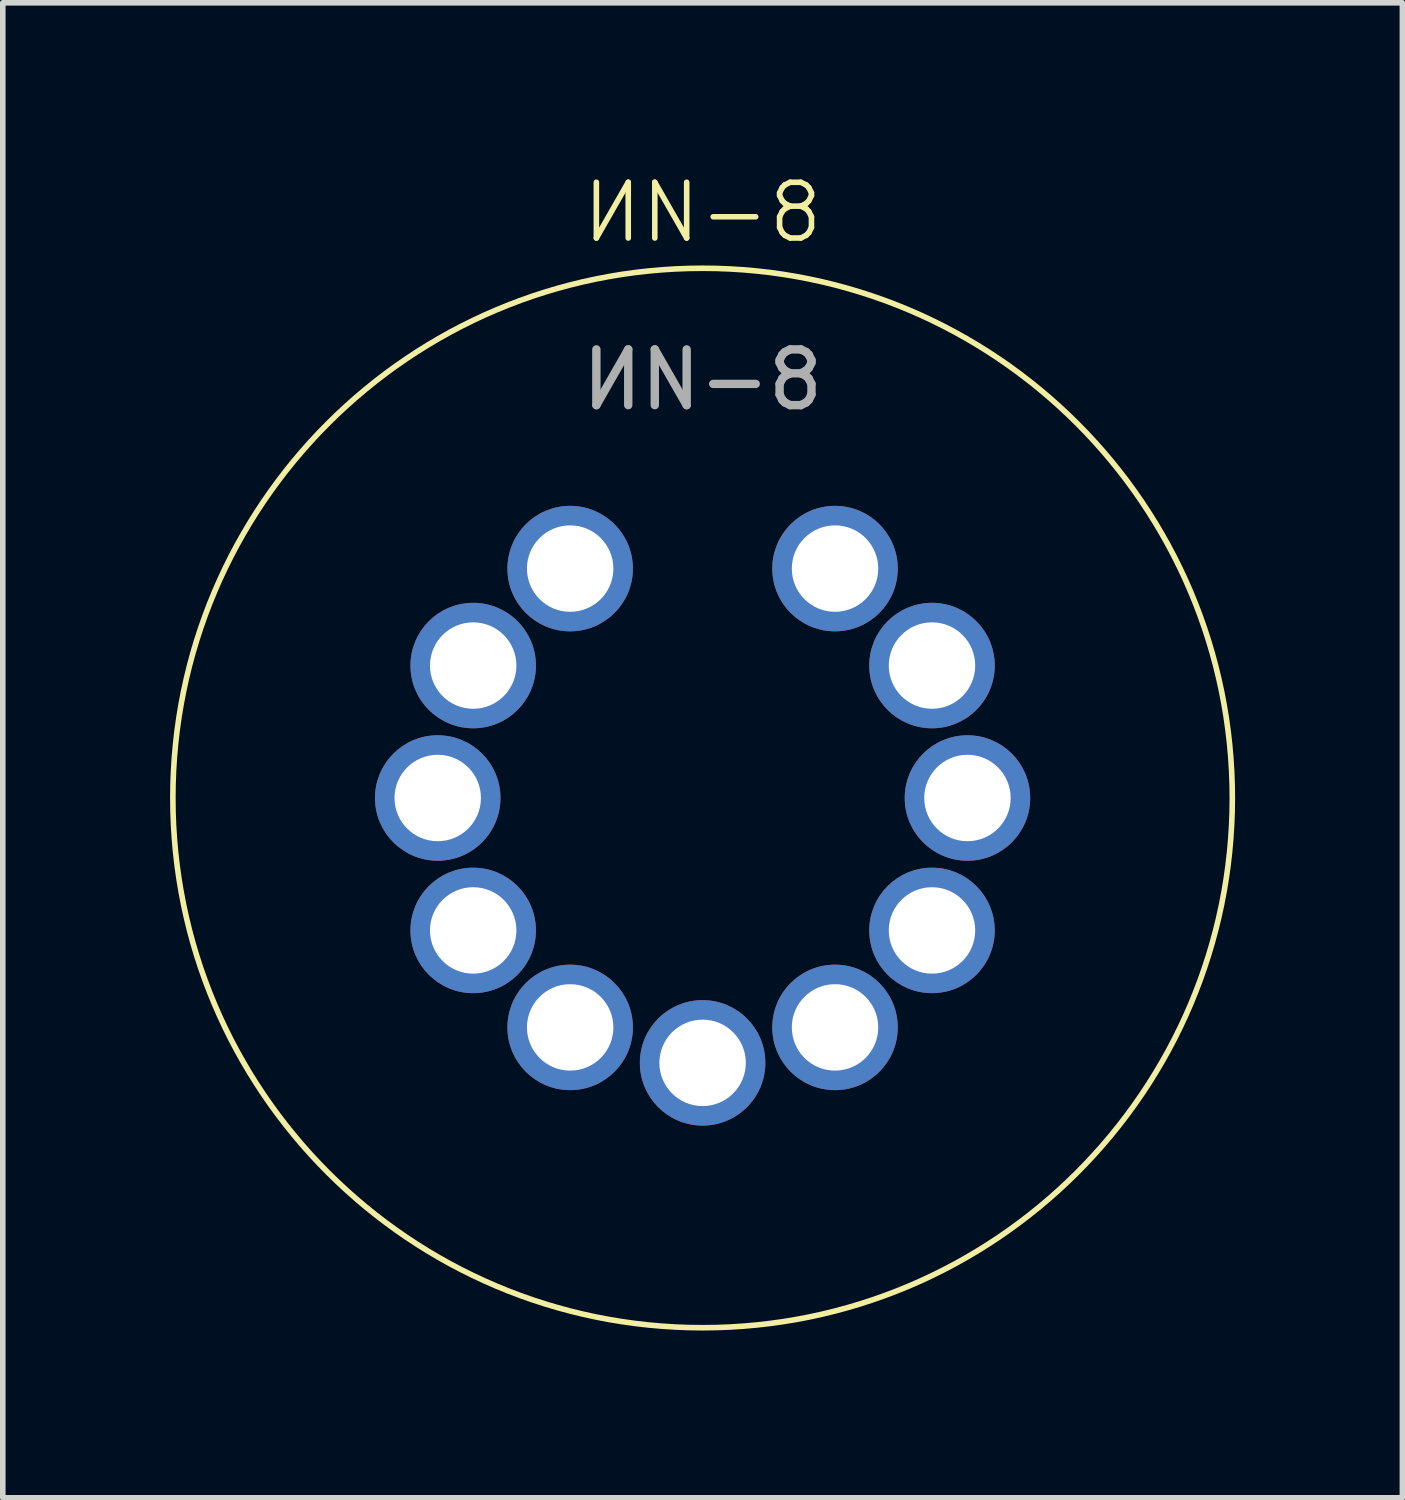
<source format=kicad_pcb>
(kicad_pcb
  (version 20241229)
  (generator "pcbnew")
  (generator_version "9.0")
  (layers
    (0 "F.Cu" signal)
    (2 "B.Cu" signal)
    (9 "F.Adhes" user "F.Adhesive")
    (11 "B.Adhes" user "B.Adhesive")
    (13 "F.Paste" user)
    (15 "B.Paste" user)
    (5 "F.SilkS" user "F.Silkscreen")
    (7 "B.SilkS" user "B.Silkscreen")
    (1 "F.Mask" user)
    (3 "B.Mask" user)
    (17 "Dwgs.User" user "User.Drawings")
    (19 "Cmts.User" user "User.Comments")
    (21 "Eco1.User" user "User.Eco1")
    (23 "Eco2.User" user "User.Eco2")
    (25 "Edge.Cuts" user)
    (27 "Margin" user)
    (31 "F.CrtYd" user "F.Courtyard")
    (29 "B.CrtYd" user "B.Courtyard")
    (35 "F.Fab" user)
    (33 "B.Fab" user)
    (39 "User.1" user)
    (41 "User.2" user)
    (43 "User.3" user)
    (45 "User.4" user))
  (footprint "ИN-8"
    (layer "F.Cu")
    (at 9.55 11.261)
    (property "Reference" "ИN-8" (at 0 -10.5 0) (unlocked yes) (layer "F.SilkS") (effects (font (size 1 1) (thickness 0.1))))
    (attr through_hole)
    (fp_circle (center 0 0) (end 9.5 0) (stroke (width 0.1) (type default)) (fill no) (layer "F.SilkS"))
    (fp_text user "${REFERENCE}" (at 0 -7.5 0) (unlocked yes) (layer "F.Fab") (effects (font (size 1 1) (thickness 0.15))))
    (pad "1" thru_hole circle (at 2.375 -4.114) (size 2.25 2.25) (drill 1.55) (layers "*.Cu" "*.Mask"))
    (pad "2" thru_hole circle (at 4.114 -2.375) (size 2.25 2.25) (drill 1.55) (layers "*.Cu" "*.Mask"))
    (pad "3" thru_hole circle (at 4.75 0) (size 2.25 2.25) (drill 1.55) (layers "*.Cu" "*.Mask"))
    (pad "4" thru_hole circle (at 4.114 2.375) (size 2.25 2.25) (drill 1.55) (layers "*.Cu" "*.Mask"))
    (pad "5" thru_hole circle (at 2.375 4.114) (size 2.25 2.25) (drill 1.55) (layers "*.Cu" "*.Mask"))
    (pad "6" thru_hole circle (at 0 4.75) (size 2.25 2.25) (drill 1.55) (layers "*.Cu" "*.Mask"))
    (pad "7" thru_hole circle (at -2.375 4.114) (size 2.25 2.25) (drill 1.55) (layers "*.Cu" "*.Mask"))
    (pad "8" thru_hole circle (at -4.114 2.375) (size 2.25 2.25) (drill 1.55) (layers "*.Cu" "*.Mask"))
    (pad "9" thru_hole circle (at -4.75 0) (size 2.25 2.25) (drill 1.55) (layers "*.Cu" "*.Mask"))
    (pad "10" thru_hole circle (at -4.114 -2.375) (size 2.25 2.25) (drill 1.55) (layers "*.Cu" "*.Mask"))
    (pad "11" thru_hole circle (at -2.375 -4.114) (size 2.25 2.25) (drill 1.55) (layers "*.Cu" "*.Mask")))
  (gr_rect
    (start -3 -3)
    (end 22.1 23.811)
    (stroke (width 0.1) (type default))
    (fill no)
    (layer "Edge.Cuts")))
</source>
